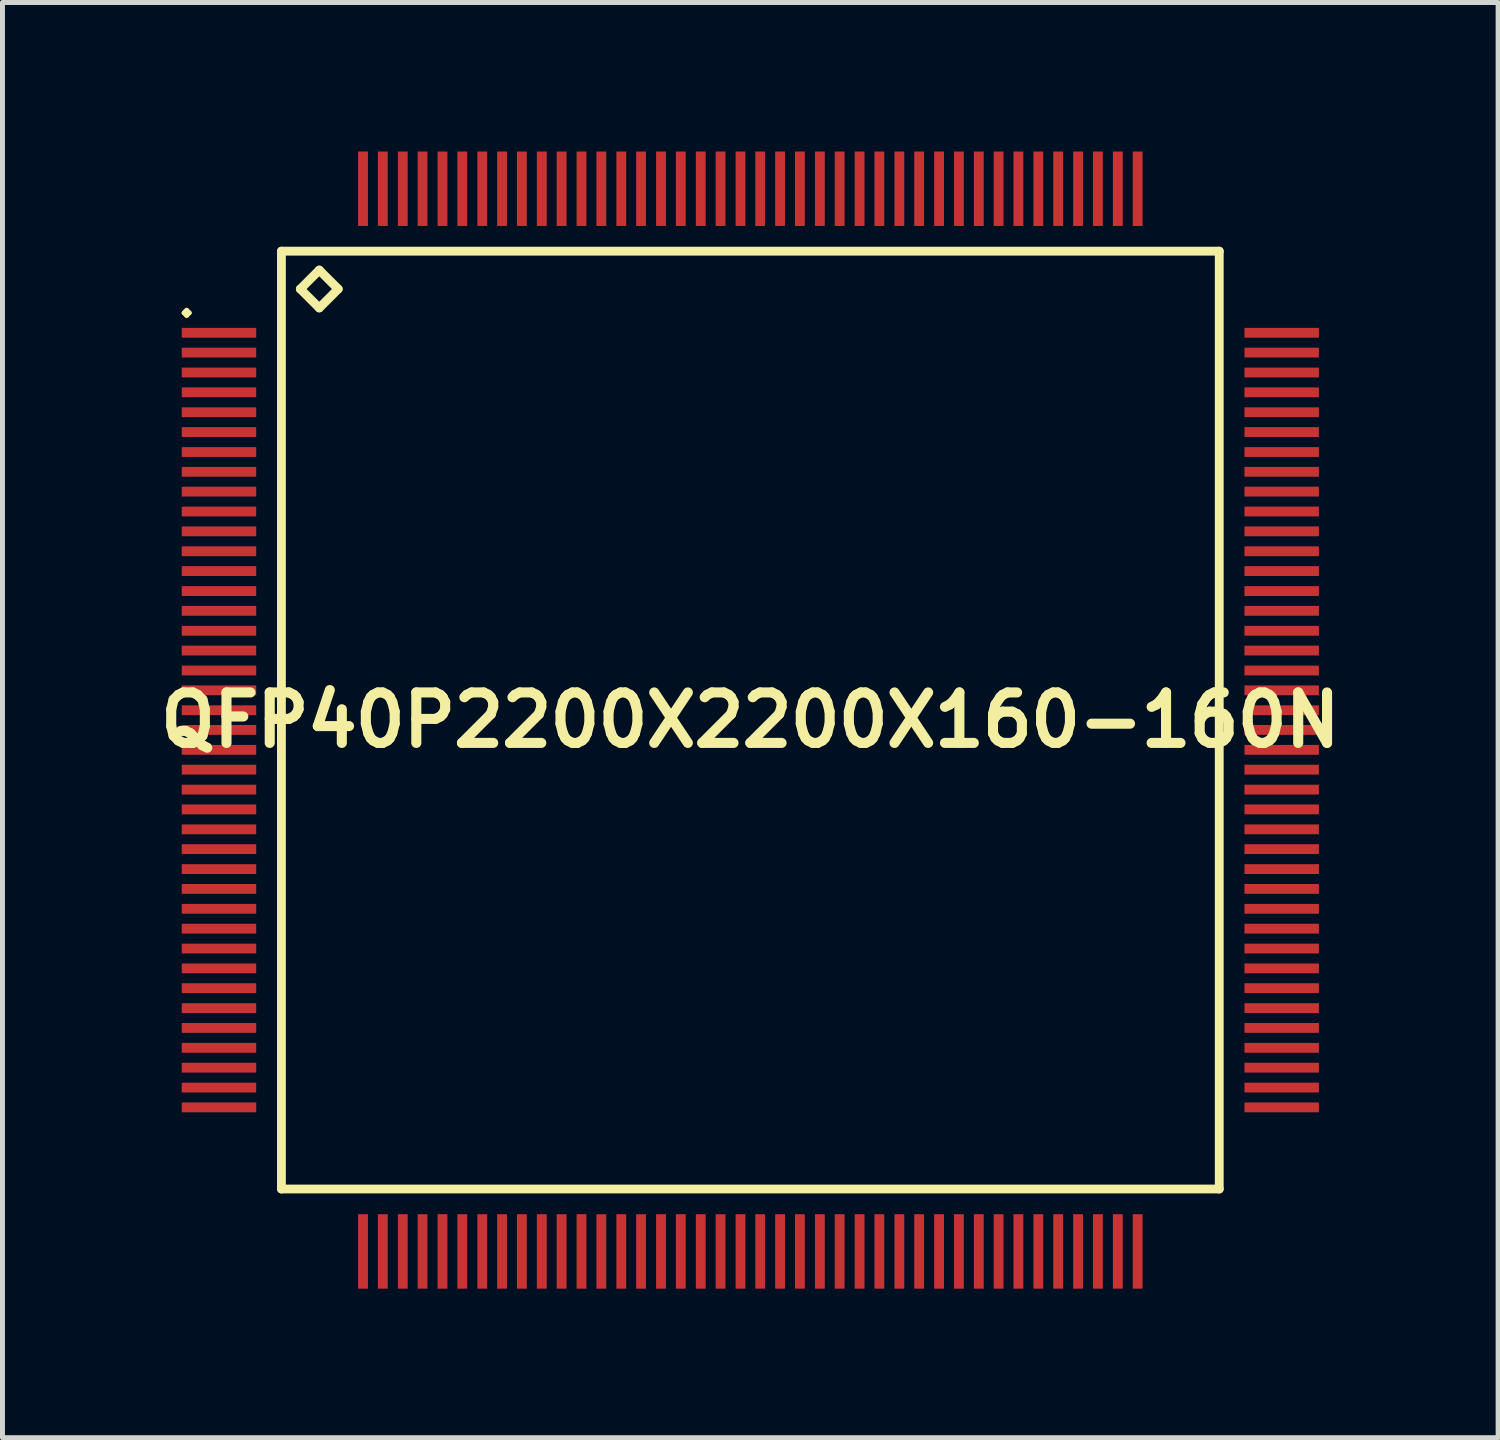
<source format=kicad_pcb>
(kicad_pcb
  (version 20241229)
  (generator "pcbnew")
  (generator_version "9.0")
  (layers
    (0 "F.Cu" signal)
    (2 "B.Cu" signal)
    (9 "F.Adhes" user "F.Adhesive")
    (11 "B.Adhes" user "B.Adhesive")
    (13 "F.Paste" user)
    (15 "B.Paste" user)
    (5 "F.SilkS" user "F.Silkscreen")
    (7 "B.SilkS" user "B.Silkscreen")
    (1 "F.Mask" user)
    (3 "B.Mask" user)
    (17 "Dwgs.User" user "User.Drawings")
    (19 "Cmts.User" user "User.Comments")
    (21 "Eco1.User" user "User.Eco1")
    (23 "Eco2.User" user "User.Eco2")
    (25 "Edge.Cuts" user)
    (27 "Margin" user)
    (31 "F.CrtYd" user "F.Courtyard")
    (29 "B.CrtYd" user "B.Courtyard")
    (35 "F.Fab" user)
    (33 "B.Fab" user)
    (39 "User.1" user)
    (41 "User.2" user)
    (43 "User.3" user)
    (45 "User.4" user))
  (footprint "QFP40P2200X2200X160-160N"
    (layer "F.Cu")
    (at 12.057 11.448)
    (property "Reference" "QFP40P2200X2200X160-160N" (at 0 0 0) (layer "F.SilkS") (effects (font (size 1.016 1.016) (thickness 0.203))))
    (attr smd)
    (fp_line (start -11.4 -8.199) (end -11.349 -8.25) (stroke (width 0.099) (type solid)) (layer "F.SilkS"))
    (fp_line (start -11.349 -8.25) (end -11.298 -8.199) (stroke (width 0.099) (type solid)) (layer "F.SilkS"))
    (fp_line (start -11.349 -8.148) (end -11.4 -8.199) (stroke (width 0.099) (type solid)) (layer "F.SilkS"))
    (fp_line (start -11.298 -8.199) (end -11.349 -8.148) (stroke (width 0.099) (type solid)) (layer "F.SilkS"))
    (fp_line (start -9.441 -9.441) (end -9.441 9.441) (stroke (width 0.178) (type solid)) (layer "F.SilkS"))
    (fp_line (start -9.441 9.441) (end 9.441 9.441) (stroke (width 0.178) (type solid)) (layer "F.SilkS"))
    (fp_line (start -9.06 -8.679) (end -8.679 -9.06) (stroke (width 0.178) (type solid)) (layer "F.SilkS"))
    (fp_line (start -8.679 -9.06) (end -8.298 -8.679) (stroke (width 0.178) (type solid)) (layer "F.SilkS"))
    (fp_line (start -8.679 -8.298) (end -9.06 -8.679) (stroke (width 0.178) (type solid)) (layer "F.SilkS"))
    (fp_line (start -8.298 -8.679) (end -8.679 -8.298) (stroke (width 0.178) (type solid)) (layer "F.SilkS"))
    (fp_line (start 9.441 -9.441) (end -9.441 -9.441) (stroke (width 0.178) (type solid)) (layer "F.SilkS"))
    (fp_line (start 9.441 9.441) (end 9.441 -9.441) (stroke (width 0.178) (type solid)) (layer "F.SilkS"))
    (pad "1" smd rect (at -10.698 -7.798) (size 1.499 0.198) (layers "F.Cu" "F.Mask" "F.Paste"))
    (pad "2" smd rect (at -10.698 -7.399) (size 1.499 0.198) (layers "F.Cu" "F.Mask" "F.Paste"))
    (pad "3" smd rect (at -10.698 -6.998) (size 1.499 0.198) (layers "F.Cu" "F.Mask" "F.Paste"))
    (pad "4" smd rect (at -10.698 -6.599) (size 1.499 0.198) (layers "F.Cu" "F.Mask" "F.Paste"))
    (pad "5" smd rect (at -10.698 -6.198) (size 1.499 0.198) (layers "F.Cu" "F.Mask" "F.Paste"))
    (pad "6" smd rect (at -10.698 -5.799) (size 1.499 0.198) (layers "F.Cu" "F.Mask" "F.Paste"))
    (pad "7" smd rect (at -10.698 -5.397) (size 1.499 0.198) (layers "F.Cu" "F.Mask" "F.Paste"))
    (pad "8" smd rect (at -10.698 -4.999) (size 1.499 0.198) (layers "F.Cu" "F.Mask" "F.Paste"))
    (pad "9" smd rect (at -10.698 -4.6) (size 1.499 0.198) (layers "F.Cu" "F.Mask" "F.Paste"))
    (pad "10" smd rect (at -10.698 -4.199) (size 1.499 0.198) (layers "F.Cu" "F.Mask" "F.Paste"))
    (pad "11" smd rect (at -10.698 -3.8) (size 1.499 0.198) (layers "F.Cu" "F.Mask" "F.Paste"))
    (pad "12" smd rect (at -10.698 -3.399) (size 1.499 0.198) (layers "F.Cu" "F.Mask" "F.Paste"))
    (pad "13" smd rect (at -10.698 -3) (size 1.499 0.198) (layers "F.Cu" "F.Mask" "F.Paste"))
    (pad "14" smd rect (at -10.698 -2.598) (size 1.499 0.198) (layers "F.Cu" "F.Mask" "F.Paste"))
    (pad "15" smd rect (at -10.698 -2.2) (size 1.499 0.198) (layers "F.Cu" "F.Mask" "F.Paste"))
    (pad "16" smd rect (at -10.698 -1.798) (size 1.499 0.198) (layers "F.Cu" "F.Mask" "F.Paste"))
    (pad "17" smd rect (at -10.698 -1.4) (size 1.499 0.198) (layers "F.Cu" "F.Mask" "F.Paste"))
    (pad "18" smd rect (at -10.698 -0.998) (size 1.499 0.198) (layers "F.Cu" "F.Mask" "F.Paste"))
    (pad "19" smd rect (at -10.698 -0.599) (size 1.499 0.198) (layers "F.Cu" "F.Mask" "F.Paste"))
    (pad "20" smd rect (at -10.698 -0.198) (size 1.499 0.198) (layers "F.Cu" "F.Mask" "F.Paste"))
    (pad "21" smd rect (at -10.698 0.198) (size 1.499 0.198) (layers "F.Cu" "F.Mask" "F.Paste"))
    (pad "22" smd rect (at -10.698 0.599) (size 1.499 0.198) (layers "F.Cu" "F.Mask" "F.Paste"))
    (pad "23" smd rect (at -10.698 0.998) (size 1.499 0.198) (layers "F.Cu" "F.Mask" "F.Paste"))
    (pad "24" smd rect (at -10.698 1.4) (size 1.499 0.198) (layers "F.Cu" "F.Mask" "F.Paste"))
    (pad "25" smd rect (at -10.698 1.798) (size 1.499 0.198) (layers "F.Cu" "F.Mask" "F.Paste"))
    (pad "26" smd rect (at -10.698 2.2) (size 1.499 0.198) (layers "F.Cu" "F.Mask" "F.Paste"))
    (pad "27" smd rect (at -10.698 2.598) (size 1.499 0.198) (layers "F.Cu" "F.Mask" "F.Paste"))
    (pad "28" smd rect (at -10.698 3) (size 1.499 0.198) (layers "F.Cu" "F.Mask" "F.Paste"))
    (pad "29" smd rect (at -10.698 3.399) (size 1.499 0.198) (layers "F.Cu" "F.Mask" "F.Paste"))
    (pad "30" smd rect (at -10.698 3.8) (size 1.499 0.198) (layers "F.Cu" "F.Mask" "F.Paste"))
    (pad "31" smd rect (at -10.698 4.199) (size 1.499 0.198) (layers "F.Cu" "F.Mask" "F.Paste"))
    (pad "32" smd rect (at -10.698 4.6) (size 1.499 0.198) (layers "F.Cu" "F.Mask" "F.Paste"))
    (pad "33" smd rect (at -10.698 4.999) (size 1.499 0.198) (layers "F.Cu" "F.Mask" "F.Paste"))
    (pad "34" smd rect (at -10.698 5.397) (size 1.499 0.198) (layers "F.Cu" "F.Mask" "F.Paste"))
    (pad "35" smd rect (at -10.698 5.799) (size 1.499 0.198) (layers "F.Cu" "F.Mask" "F.Paste"))
    (pad "36" smd rect (at -10.698 6.198) (size 1.499 0.198) (layers "F.Cu" "F.Mask" "F.Paste"))
    (pad "37" smd rect (at -10.698 6.599) (size 1.499 0.198) (layers "F.Cu" "F.Mask" "F.Paste"))
    (pad "38" smd rect (at -10.698 6.998) (size 1.499 0.198) (layers "F.Cu" "F.Mask" "F.Paste"))
    (pad "39" smd rect (at -10.698 7.399) (size 1.499 0.198) (layers "F.Cu" "F.Mask" "F.Paste"))
    (pad "40" smd rect (at -10.698 7.798) (size 1.499 0.198) (layers "F.Cu" "F.Mask" "F.Paste"))
    (pad "41" smd rect (at -7.798 10.698) (size 0.198 1.499) (layers "F.Cu" "F.Mask" "F.Paste"))
    (pad "42" smd rect (at -7.399 10.698) (size 0.198 1.499) (layers "F.Cu" "F.Mask" "F.Paste"))
    (pad "43" smd rect (at -6.998 10.698) (size 0.198 1.499) (layers "F.Cu" "F.Mask" "F.Paste"))
    (pad "44" smd rect (at -6.599 10.698) (size 0.198 1.499) (layers "F.Cu" "F.Mask" "F.Paste"))
    (pad "45" smd rect (at -6.198 10.698) (size 0.198 1.499) (layers "F.Cu" "F.Mask" "F.Paste"))
    (pad "46" smd rect (at -5.799 10.698) (size 0.198 1.499) (layers "F.Cu" "F.Mask" "F.Paste"))
    (pad "47" smd rect (at -5.397 10.698) (size 0.198 1.499) (layers "F.Cu" "F.Mask" "F.Paste"))
    (pad "48" smd rect (at -4.999 10.698) (size 0.198 1.499) (layers "F.Cu" "F.Mask" "F.Paste"))
    (pad "49" smd rect (at -4.6 10.698) (size 0.198 1.499) (layers "F.Cu" "F.Mask" "F.Paste"))
    (pad "50" smd rect (at -4.199 10.698) (size 0.198 1.499) (layers "F.Cu" "F.Mask" "F.Paste"))
    (pad "51" smd rect (at -3.8 10.698) (size 0.198 1.499) (layers "F.Cu" "F.Mask" "F.Paste"))
    (pad "52" smd rect (at -3.399 10.698) (size 0.198 1.499) (layers "F.Cu" "F.Mask" "F.Paste"))
    (pad "53" smd rect (at -3 10.698) (size 0.198 1.499) (layers "F.Cu" "F.Mask" "F.Paste"))
    (pad "54" smd rect (at -2.598 10.698) (size 0.198 1.499) (layers "F.Cu" "F.Mask" "F.Paste"))
    (pad "55" smd rect (at -2.2 10.698) (size 0.198 1.499) (layers "F.Cu" "F.Mask" "F.Paste"))
    (pad "56" smd rect (at -1.798 10.698) (size 0.198 1.499) (layers "F.Cu" "F.Mask" "F.Paste"))
    (pad "57" smd rect (at -1.4 10.698) (size 0.198 1.499) (layers "F.Cu" "F.Mask" "F.Paste"))
    (pad "58" smd rect (at -0.998 10.698) (size 0.198 1.499) (layers "F.Cu" "F.Mask" "F.Paste"))
    (pad "59" smd rect (at -0.599 10.698) (size 0.198 1.499) (layers "F.Cu" "F.Mask" "F.Paste"))
    (pad "60" smd rect (at -0.198 10.698) (size 0.198 1.499) (layers "F.Cu" "F.Mask" "F.Paste"))
    (pad "61" smd rect (at 0.198 10.698) (size 0.198 1.499) (layers "F.Cu" "F.Mask" "F.Paste"))
    (pad "62" smd rect (at 0.599 10.698) (size 0.198 1.499) (layers "F.Cu" "F.Mask" "F.Paste"))
    (pad "63" smd rect (at 0.998 10.698) (size 0.198 1.499) (layers "F.Cu" "F.Mask" "F.Paste"))
    (pad "64" smd rect (at 1.4 10.698) (size 0.198 1.499) (layers "F.Cu" "F.Mask" "F.Paste"))
    (pad "65" smd rect (at 1.798 10.698) (size 0.198 1.499) (layers "F.Cu" "F.Mask" "F.Paste"))
    (pad "66" smd rect (at 2.2 10.698) (size 0.198 1.499) (layers "F.Cu" "F.Mask" "F.Paste"))
    (pad "67" smd rect (at 2.598 10.698) (size 0.198 1.499) (layers "F.Cu" "F.Mask" "F.Paste"))
    (pad "68" smd rect (at 3 10.698) (size 0.198 1.499) (layers "F.Cu" "F.Mask" "F.Paste"))
    (pad "69" smd rect (at 3.399 10.698) (size 0.198 1.499) (layers "F.Cu" "F.Mask" "F.Paste"))
    (pad "70" smd rect (at 3.8 10.698) (size 0.198 1.499) (layers "F.Cu" "F.Mask" "F.Paste"))
    (pad "71" smd rect (at 4.199 10.698) (size 0.198 1.499) (layers "F.Cu" "F.Mask" "F.Paste"))
    (pad "72" smd rect (at 4.6 10.698) (size 0.198 1.499) (layers "F.Cu" "F.Mask" "F.Paste"))
    (pad "73" smd rect (at 4.999 10.698) (size 0.198 1.499) (layers "F.Cu" "F.Mask" "F.Paste"))
    (pad "74" smd rect (at 5.397 10.698) (size 0.198 1.499) (layers "F.Cu" "F.Mask" "F.Paste"))
    (pad "75" smd rect (at 5.799 10.698) (size 0.198 1.499) (layers "F.Cu" "F.Mask" "F.Paste"))
    (pad "76" smd rect (at 6.198 10.698) (size 0.198 1.499) (layers "F.Cu" "F.Mask" "F.Paste"))
    (pad "77" smd rect (at 6.599 10.698) (size 0.198 1.499) (layers "F.Cu" "F.Mask" "F.Paste"))
    (pad "78" smd rect (at 6.998 10.698) (size 0.198 1.499) (layers "F.Cu" "F.Mask" "F.Paste"))
    (pad "79" smd rect (at 7.399 10.698) (size 0.198 1.499) (layers "F.Cu" "F.Mask" "F.Paste"))
    (pad "80" smd rect (at 7.798 10.698) (size 0.198 1.499) (layers "F.Cu" "F.Mask" "F.Paste"))
    (pad "81" smd rect (at 10.698 7.798) (size 1.499 0.198) (layers "F.Cu" "F.Mask" "F.Paste"))
    (pad "82" smd rect (at 10.698 7.399) (size 1.499 0.198) (layers "F.Cu" "F.Mask" "F.Paste"))
    (pad "83" smd rect (at 10.698 6.998) (size 1.499 0.198) (layers "F.Cu" "F.Mask" "F.Paste"))
    (pad "84" smd rect (at 10.698 6.599) (size 1.499 0.198) (layers "F.Cu" "F.Mask" "F.Paste"))
    (pad "85" smd rect (at 10.698 6.198) (size 1.499 0.198) (layers "F.Cu" "F.Mask" "F.Paste"))
    (pad "86" smd rect (at 10.698 5.799) (size 1.499 0.198) (layers "F.Cu" "F.Mask" "F.Paste"))
    (pad "87" smd rect (at 10.698 5.397) (size 1.499 0.198) (layers "F.Cu" "F.Mask" "F.Paste"))
    (pad "88" smd rect (at 10.698 4.999) (size 1.499 0.198) (layers "F.Cu" "F.Mask" "F.Paste"))
    (pad "89" smd rect (at 10.698 4.6) (size 1.499 0.198) (layers "F.Cu" "F.Mask" "F.Paste"))
    (pad "90" smd rect (at 10.698 4.199) (size 1.499 0.198) (layers "F.Cu" "F.Mask" "F.Paste"))
    (pad "91" smd rect (at 10.698 3.8) (size 1.499 0.198) (layers "F.Cu" "F.Mask" "F.Paste"))
    (pad "92" smd rect (at 10.698 3.399) (size 1.499 0.198) (layers "F.Cu" "F.Mask" "F.Paste"))
    (pad "93" smd rect (at 10.698 3) (size 1.499 0.198) (layers "F.Cu" "F.Mask" "F.Paste"))
    (pad "94" smd rect (at 10.698 2.598) (size 1.499 0.198) (layers "F.Cu" "F.Mask" "F.Paste"))
    (pad "95" smd rect (at 10.698 2.2) (size 1.499 0.198) (layers "F.Cu" "F.Mask" "F.Paste"))
    (pad "96" smd rect (at 10.698 1.798) (size 1.499 0.198) (layers "F.Cu" "F.Mask" "F.Paste"))
    (pad "97" smd rect (at 10.698 1.4) (size 1.499 0.198) (layers "F.Cu" "F.Mask" "F.Paste"))
    (pad "98" smd rect (at 10.698 0.998) (size 1.499 0.198) (layers "F.Cu" "F.Mask" "F.Paste"))
    (pad "99" smd rect (at 10.698 0.599) (size 1.499 0.198) (layers "F.Cu" "F.Mask" "F.Paste"))
    (pad "100" smd rect (at 10.698 0.198) (size 1.499 0.198) (layers "F.Cu" "F.Mask" "F.Paste"))
    (pad "101" smd rect (at 10.698 -0.198) (size 1.499 0.198) (layers "F.Cu" "F.Mask" "F.Paste"))
    (pad "102" smd rect (at 10.698 -0.599) (size 1.499 0.198) (layers "F.Cu" "F.Mask" "F.Paste"))
    (pad "103" smd rect (at 10.698 -0.998) (size 1.499 0.198) (layers "F.Cu" "F.Mask" "F.Paste"))
    (pad "104" smd rect (at 10.698 -1.4) (size 1.499 0.198) (layers "F.Cu" "F.Mask" "F.Paste"))
    (pad "105" smd rect (at 10.698 -1.798) (size 1.499 0.198) (layers "F.Cu" "F.Mask" "F.Paste"))
    (pad "106" smd rect (at 10.698 -2.2) (size 1.499 0.198) (layers "F.Cu" "F.Mask" "F.Paste"))
    (pad "107" smd rect (at 10.698 -2.598) (size 1.499 0.198) (layers "F.Cu" "F.Mask" "F.Paste"))
    (pad "108" smd rect (at 10.698 -3) (size 1.499 0.198) (layers "F.Cu" "F.Mask" "F.Paste"))
    (pad "109" smd rect (at 10.698 -3.399) (size 1.499 0.198) (layers "F.Cu" "F.Mask" "F.Paste"))
    (pad "110" smd rect (at 10.698 -3.8) (size 1.499 0.198) (layers "F.Cu" "F.Mask" "F.Paste"))
    (pad "111" smd rect (at 10.698 -4.199) (size 1.499 0.198) (layers "F.Cu" "F.Mask" "F.Paste"))
    (pad "112" smd rect (at 10.698 -4.6) (size 1.499 0.198) (layers "F.Cu" "F.Mask" "F.Paste"))
    (pad "113" smd rect (at 10.698 -4.999) (size 1.499 0.198) (layers "F.Cu" "F.Mask" "F.Paste"))
    (pad "114" smd rect (at 10.698 -5.397) (size 1.499 0.198) (layers "F.Cu" "F.Mask" "F.Paste"))
    (pad "115" smd rect (at 10.698 -5.799) (size 1.499 0.198) (layers "F.Cu" "F.Mask" "F.Paste"))
    (pad "116" smd rect (at 10.698 -6.198) (size 1.499 0.198) (layers "F.Cu" "F.Mask" "F.Paste"))
    (pad "117" smd rect (at 10.698 -6.599) (size 1.499 0.198) (layers "F.Cu" "F.Mask" "F.Paste"))
    (pad "118" smd rect (at 10.698 -6.998) (size 1.499 0.198) (layers "F.Cu" "F.Mask" "F.Paste"))
    (pad "119" smd rect (at 10.698 -7.399) (size 1.499 0.198) (layers "F.Cu" "F.Mask" "F.Paste"))
    (pad "120" smd rect (at 10.698 -7.798) (size 1.499 0.198) (layers "F.Cu" "F.Mask" "F.Paste"))
    (pad "121" smd rect (at 7.798 -10.698) (size 0.198 1.499) (layers "F.Cu" "F.Mask" "F.Paste"))
    (pad "122" smd rect (at 7.399 -10.698) (size 0.198 1.499) (layers "F.Cu" "F.Mask" "F.Paste"))
    (pad "123" smd rect (at 6.998 -10.698) (size 0.198 1.499) (layers "F.Cu" "F.Mask" "F.Paste"))
    (pad "124" smd rect (at 6.599 -10.698) (size 0.198 1.499) (layers "F.Cu" "F.Mask" "F.Paste"))
    (pad "125" smd rect (at 6.198 -10.698) (size 0.198 1.499) (layers "F.Cu" "F.Mask" "F.Paste"))
    (pad "126" smd rect (at 5.799 -10.698) (size 0.198 1.499) (layers "F.Cu" "F.Mask" "F.Paste"))
    (pad "127" smd rect (at 5.397 -10.698) (size 0.198 1.499) (layers "F.Cu" "F.Mask" "F.Paste"))
    (pad "128" smd rect (at 4.999 -10.698) (size 0.198 1.499) (layers "F.Cu" "F.Mask" "F.Paste"))
    (pad "129" smd rect (at 4.6 -10.698) (size 0.198 1.499) (layers "F.Cu" "F.Mask" "F.Paste"))
    (pad "130" smd rect (at 4.199 -10.698) (size 0.198 1.499) (layers "F.Cu" "F.Mask" "F.Paste"))
    (pad "131" smd rect (at 3.8 -10.698) (size 0.198 1.499) (layers "F.Cu" "F.Mask" "F.Paste"))
    (pad "132" smd rect (at 3.399 -10.698) (size 0.198 1.499) (layers "F.Cu" "F.Mask" "F.Paste"))
    (pad "133" smd rect (at 3 -10.698) (size 0.198 1.499) (layers "F.Cu" "F.Mask" "F.Paste"))
    (pad "134" smd rect (at 2.598 -10.698) (size 0.198 1.499) (layers "F.Cu" "F.Mask" "F.Paste"))
    (pad "135" smd rect (at 2.2 -10.698) (size 0.198 1.499) (layers "F.Cu" "F.Mask" "F.Paste"))
    (pad "136" smd rect (at 1.798 -10.698) (size 0.198 1.499) (layers "F.Cu" "F.Mask" "F.Paste"))
    (pad "137" smd rect (at 1.4 -10.698) (size 0.198 1.499) (layers "F.Cu" "F.Mask" "F.Paste"))
    (pad "138" smd rect (at 0.998 -10.698) (size 0.198 1.499) (layers "F.Cu" "F.Mask" "F.Paste"))
    (pad "139" smd rect (at 0.599 -10.698) (size 0.198 1.499) (layers "F.Cu" "F.Mask" "F.Paste"))
    (pad "140" smd rect (at 0.198 -10.698) (size 0.198 1.499) (layers "F.Cu" "F.Mask" "F.Paste"))
    (pad "141" smd rect (at -0.198 -10.698) (size 0.198 1.499) (layers "F.Cu" "F.Mask" "F.Paste"))
    (pad "142" smd rect (at -0.599 -10.698) (size 0.198 1.499) (layers "F.Cu" "F.Mask" "F.Paste"))
    (pad "143" smd rect (at -0.998 -10.698) (size 0.198 1.499) (layers "F.Cu" "F.Mask" "F.Paste"))
    (pad "144" smd rect (at -1.4 -10.698) (size 0.198 1.499) (layers "F.Cu" "F.Mask" "F.Paste"))
    (pad "145" smd rect (at -1.798 -10.698) (size 0.198 1.499) (layers "F.Cu" "F.Mask" "F.Paste"))
    (pad "146" smd rect (at -2.2 -10.698) (size 0.198 1.499) (layers "F.Cu" "F.Mask" "F.Paste"))
    (pad "147" smd rect (at -2.598 -10.698) (size 0.198 1.499) (layers "F.Cu" "F.Mask" "F.Paste"))
    (pad "148" smd rect (at -3 -10.698) (size 0.198 1.499) (layers "F.Cu" "F.Mask" "F.Paste"))
    (pad "149" smd rect (at -3.399 -10.698) (size 0.198 1.499) (layers "F.Cu" "F.Mask" "F.Paste"))
    (pad "150" smd rect (at -3.8 -10.698) (size 0.198 1.499) (layers "F.Cu" "F.Mask" "F.Paste"))
    (pad "151" smd rect (at -4.199 -10.698) (size 0.198 1.499) (layers "F.Cu" "F.Mask" "F.Paste"))
    (pad "152" smd rect (at -4.6 -10.698) (size 0.198 1.499) (layers "F.Cu" "F.Mask" "F.Paste"))
    (pad "153" smd rect (at -4.999 -10.698) (size 0.198 1.499) (layers "F.Cu" "F.Mask" "F.Paste"))
    (pad "154" smd rect (at -5.397 -10.698) (size 0.198 1.499) (layers "F.Cu" "F.Mask" "F.Paste"))
    (pad "155" smd rect (at -5.799 -10.698) (size 0.198 1.499) (layers "F.Cu" "F.Mask" "F.Paste"))
    (pad "156" smd rect (at -6.198 -10.698) (size 0.198 1.499) (layers "F.Cu" "F.Mask" "F.Paste"))
    (pad "157" smd rect (at -6.599 -10.698) (size 0.198 1.499) (layers "F.Cu" "F.Mask" "F.Paste"))
    (pad "158" smd rect (at -6.998 -10.698) (size 0.198 1.499) (layers "F.Cu" "F.Mask" "F.Paste"))
    (pad "159" smd rect (at -7.399 -10.698) (size 0.198 1.499) (layers "F.Cu" "F.Mask" "F.Paste"))
    (pad "160" smd rect (at -7.798 -10.698) (size 0.198 1.499) (layers "F.Cu" "F.Mask" "F.Paste")))
  (gr_rect
    (start -3 -3)
    (end 27.113 25.896)
    (stroke (width 0.1) (type default))
    (fill no)
    (layer "Edge.Cuts")))
</source>
